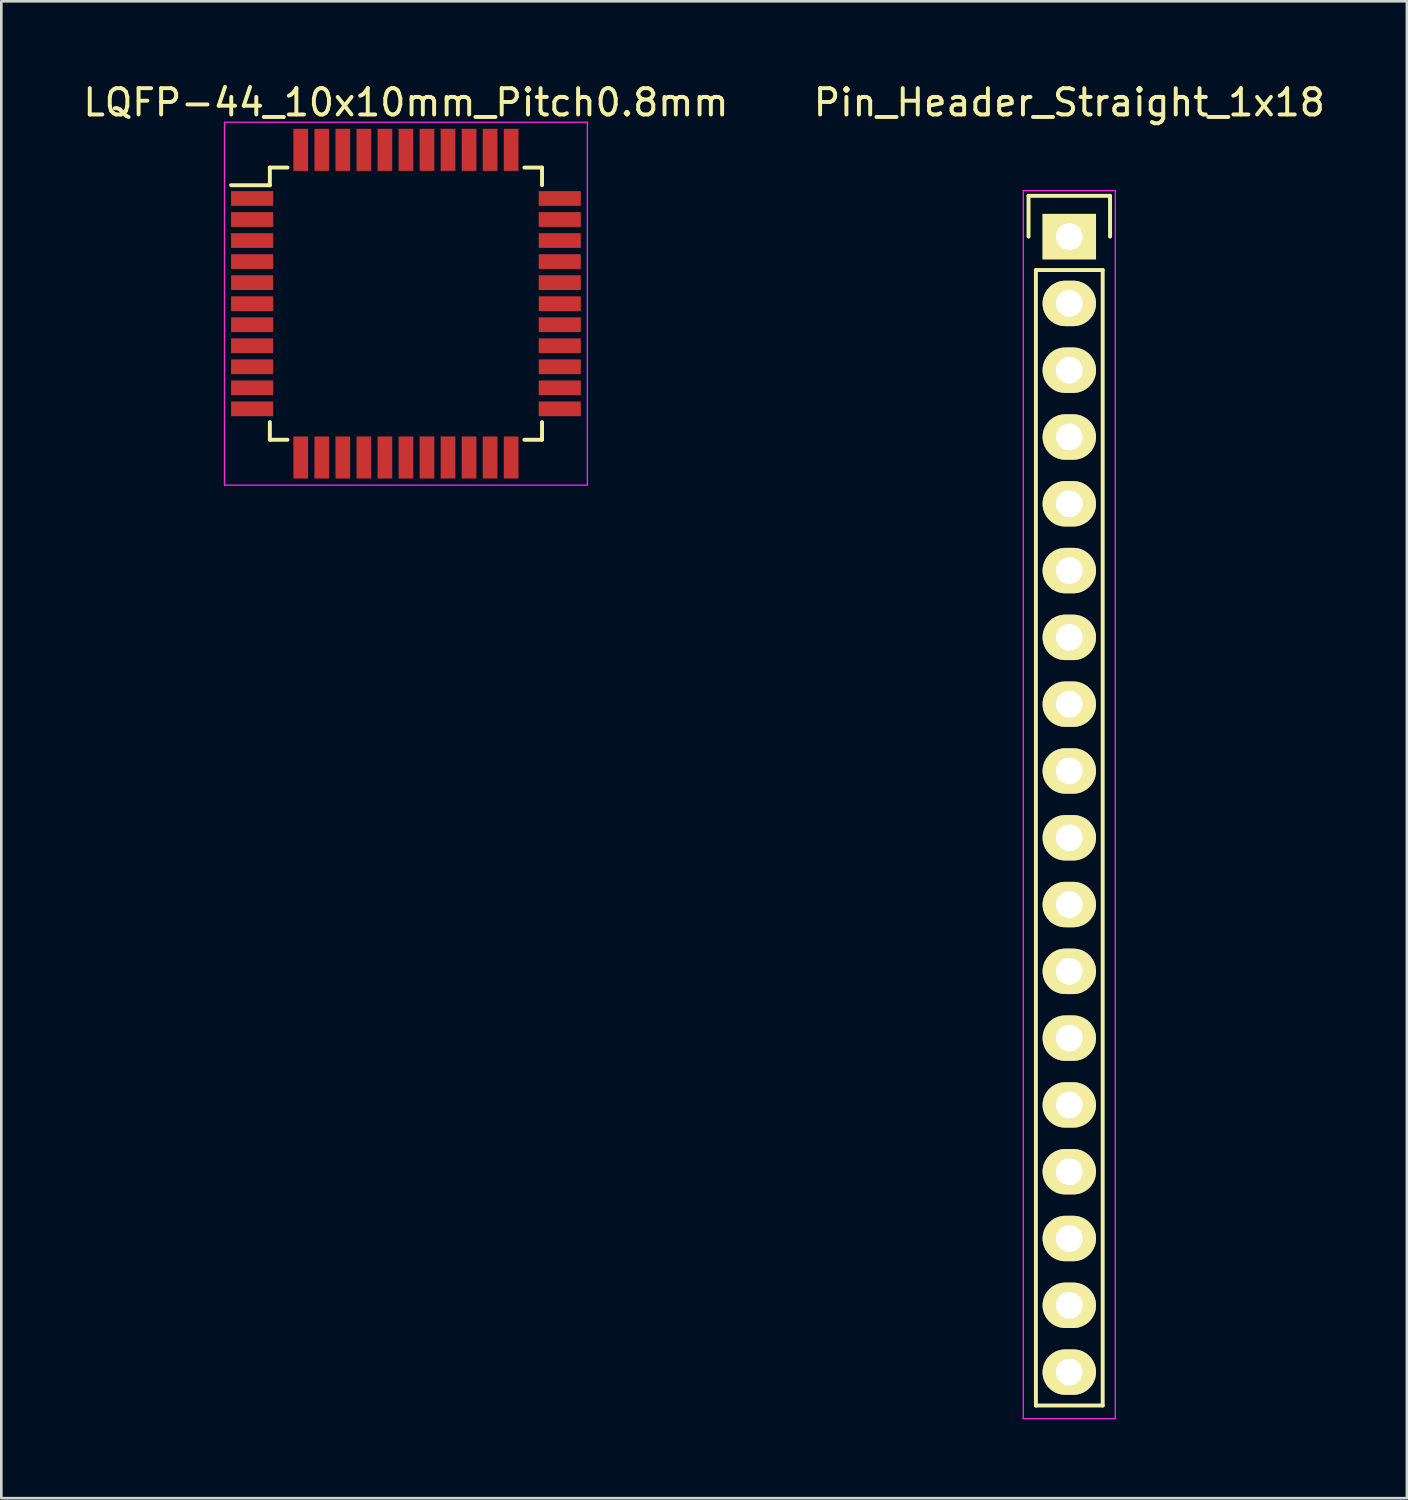
<source format=kicad_pcb>
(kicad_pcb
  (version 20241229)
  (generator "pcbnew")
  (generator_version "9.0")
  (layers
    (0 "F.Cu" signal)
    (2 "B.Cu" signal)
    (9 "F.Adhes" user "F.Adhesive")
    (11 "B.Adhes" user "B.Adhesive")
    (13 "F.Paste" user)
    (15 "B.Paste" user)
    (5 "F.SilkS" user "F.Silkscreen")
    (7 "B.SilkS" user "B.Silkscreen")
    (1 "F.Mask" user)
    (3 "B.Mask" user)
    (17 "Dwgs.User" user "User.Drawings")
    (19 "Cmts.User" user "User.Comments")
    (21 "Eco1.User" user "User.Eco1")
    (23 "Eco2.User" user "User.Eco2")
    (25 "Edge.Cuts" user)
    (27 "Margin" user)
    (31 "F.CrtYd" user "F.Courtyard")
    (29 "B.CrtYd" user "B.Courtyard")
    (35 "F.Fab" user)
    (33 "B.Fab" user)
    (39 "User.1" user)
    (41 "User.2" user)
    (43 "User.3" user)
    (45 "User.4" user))
  (footprint "LQFP-44_10x10mm_Pitch0.8mm"
    (layer "F.Cu")
    (at 12.387 8.498)
    (property "Reference" "LQFP-44_10x10mm_Pitch0.8mm" (at 0 -7.65 0) (layer "F.SilkS") (effects (font (size 1 1) (thickness 0.15))))
    (attr smd)
    (fp_line (start -5.175 -5.175) (end -5.175 -4.505) (stroke (width 0.15) (type solid)) (layer "F.SilkS"))
    (fp_line (start -5.175 -5.175) (end -4.505 -5.175) (stroke (width 0.15) (type solid)) (layer "F.SilkS"))
    (fp_line (start -5.175 -4.505) (end -6.65 -4.505) (stroke (width 0.15) (type solid)) (layer "F.SilkS"))
    (fp_line (start -5.175 5.175) (end -5.175 4.505) (stroke (width 0.15) (type solid)) (layer "F.SilkS"))
    (fp_line (start -5.175 5.175) (end -4.505 5.175) (stroke (width 0.15) (type solid)) (layer "F.SilkS"))
    (fp_line (start 5.175 -5.175) (end 4.505 -5.175) (stroke (width 0.15) (type solid)) (layer "F.SilkS"))
    (fp_line (start 5.175 -5.175) (end 5.175 -4.505) (stroke (width 0.15) (type solid)) (layer "F.SilkS"))
    (fp_line (start 5.175 5.175) (end 4.505 5.175) (stroke (width 0.15) (type solid)) (layer "F.SilkS"))
    (fp_line (start 5.175 5.175) (end 5.175 4.505) (stroke (width 0.15) (type solid)) (layer "F.SilkS"))
    (fp_line (start -6.9 -6.9) (end -6.9 6.9) (stroke (width 0.05) (type solid)) (layer "F.CrtYd"))
    (fp_line (start -6.9 -6.9) (end 6.9 -6.9) (stroke (width 0.05) (type solid)) (layer "F.CrtYd"))
    (fp_line (start -6.9 6.9) (end 6.9 6.9) (stroke (width 0.05) (type solid)) (layer "F.CrtYd"))
    (fp_line (start 6.9 -6.9) (end 6.9 6.9) (stroke (width 0.05) (type solid)) (layer "F.CrtYd"))
    (pad "1" smd rect (at -5.85 -4) (size 1.6 0.56) (layers "F.Cu" "F.Mask" "F.Paste"))
    (pad "2" smd rect (at -5.85 -3.2) (size 1.6 0.56) (layers "F.Cu" "F.Mask" "F.Paste"))
    (pad "3" smd rect (at -5.85 -2.4) (size 1.6 0.56) (layers "F.Cu" "F.Mask" "F.Paste"))
    (pad "4" smd rect (at -5.85 -1.6) (size 1.6 0.56) (layers "F.Cu" "F.Mask" "F.Paste"))
    (pad "5" smd rect (at -5.85 -0.8) (size 1.6 0.56) (layers "F.Cu" "F.Mask" "F.Paste"))
    (pad "6" smd rect (at -5.85 0) (size 1.6 0.56) (layers "F.Cu" "F.Mask" "F.Paste"))
    (pad "7" smd rect (at -5.85 0.8) (size 1.6 0.56) (layers "F.Cu" "F.Mask" "F.Paste"))
    (pad "8" smd rect (at -5.85 1.6) (size 1.6 0.56) (layers "F.Cu" "F.Mask" "F.Paste"))
    (pad "9" smd rect (at -5.85 2.4) (size 1.6 0.56) (layers "F.Cu" "F.Mask" "F.Paste"))
    (pad "10" smd rect (at -5.85 3.2) (size 1.6 0.56) (layers "F.Cu" "F.Mask" "F.Paste"))
    (pad "11" smd rect (at -5.85 4) (size 1.6 0.56) (layers "F.Cu" "F.Mask" "F.Paste"))
    (pad "12" smd rect (at -4 5.85 90) (size 1.6 0.56) (layers "F.Cu" "F.Mask" "F.Paste"))
    (pad "13" smd rect (at -3.2 5.85 90) (size 1.6 0.56) (layers "F.Cu" "F.Mask" "F.Paste"))
    (pad "14" smd rect (at -2.4 5.85 90) (size 1.6 0.56) (layers "F.Cu" "F.Mask" "F.Paste"))
    (pad "15" smd rect (at -1.6 5.85 90) (size 1.6 0.56) (layers "F.Cu" "F.Mask" "F.Paste"))
    (pad "16" smd rect (at -0.8 5.85 90) (size 1.6 0.56) (layers "F.Cu" "F.Mask" "F.Paste"))
    (pad "17" smd rect (at 0 5.85 90) (size 1.6 0.56) (layers "F.Cu" "F.Mask" "F.Paste"))
    (pad "18" smd rect (at 0.8 5.85 90) (size 1.6 0.56) (layers "F.Cu" "F.Mask" "F.Paste"))
    (pad "19" smd rect (at 1.6 5.85 90) (size 1.6 0.56) (layers "F.Cu" "F.Mask" "F.Paste"))
    (pad "20" smd rect (at 2.4 5.85 90) (size 1.6 0.56) (layers "F.Cu" "F.Mask" "F.Paste"))
    (pad "21" smd rect (at 3.2 5.85 90) (size 1.6 0.56) (layers "F.Cu" "F.Mask" "F.Paste"))
    (pad "22" smd rect (at 4 5.85 90) (size 1.6 0.56) (layers "F.Cu" "F.Mask" "F.Paste"))
    (pad "23" smd rect (at 5.85 4) (size 1.6 0.56) (layers "F.Cu" "F.Mask" "F.Paste"))
    (pad "24" smd rect (at 5.85 3.2) (size 1.6 0.56) (layers "F.Cu" "F.Mask" "F.Paste"))
    (pad "25" smd rect (at 5.85 2.4) (size 1.6 0.56) (layers "F.Cu" "F.Mask" "F.Paste"))
    (pad "26" smd rect (at 5.85 1.6) (size 1.6 0.56) (layers "F.Cu" "F.Mask" "F.Paste"))
    (pad "27" smd rect (at 5.85 0.8) (size 1.6 0.56) (layers "F.Cu" "F.Mask" "F.Paste"))
    (pad "28" smd rect (at 5.85 0) (size 1.6 0.56) (layers "F.Cu" "F.Mask" "F.Paste"))
    (pad "29" smd rect (at 5.85 -0.8) (size 1.6 0.56) (layers "F.Cu" "F.Mask" "F.Paste"))
    (pad "30" smd rect (at 5.85 -1.6) (size 1.6 0.56) (layers "F.Cu" "F.Mask" "F.Paste"))
    (pad "31" smd rect (at 5.85 -2.4) (size 1.6 0.56) (layers "F.Cu" "F.Mask" "F.Paste"))
    (pad "32" smd rect (at 5.85 -3.2) (size 1.6 0.56) (layers "F.Cu" "F.Mask" "F.Paste"))
    (pad "33" smd rect (at 5.85 -4) (size 1.6 0.56) (layers "F.Cu" "F.Mask" "F.Paste"))
    (pad "34" smd rect (at 4 -5.85 90) (size 1.6 0.56) (layers "F.Cu" "F.Mask" "F.Paste"))
    (pad "35" smd rect (at 3.2 -5.85 90) (size 1.6 0.56) (layers "F.Cu" "F.Mask" "F.Paste"))
    (pad "36" smd rect (at 2.4 -5.85 90) (size 1.6 0.56) (layers "F.Cu" "F.Mask" "F.Paste"))
    (pad "37" smd rect (at 1.6 -5.85 90) (size 1.6 0.56) (layers "F.Cu" "F.Mask" "F.Paste"))
    (pad "38" smd rect (at 0.8 -5.85 90) (size 1.6 0.56) (layers "F.Cu" "F.Mask" "F.Paste"))
    (pad "39" smd rect (at 0 -5.85 90) (size 1.6 0.56) (layers "F.Cu" "F.Mask" "F.Paste"))
    (pad "40" smd rect (at -0.8 -5.85 90) (size 1.6 0.56) (layers "F.Cu" "F.Mask" "F.Paste"))
    (pad "41" smd rect (at -1.6 -5.85 90) (size 1.6 0.56) (layers "F.Cu" "F.Mask" "F.Paste"))
    (pad "42" smd rect (at -2.4 -5.85 90) (size 1.6 0.56) (layers "F.Cu" "F.Mask" "F.Paste"))
    (pad "43" smd rect (at -3.2 -5.85 90) (size 1.6 0.56) (layers "F.Cu" "F.Mask" "F.Paste"))
    (pad "44" smd rect (at -4 -5.85 90) (size 1.6 0.56) (layers "F.Cu" "F.Mask" "F.Paste")))
  (footprint "Pin_Header_Straight_1x18"
    (layer "F.Cu")
    (at 37.613 5.948)
    (property "Reference" "Pin_Header_Straight_1x18" (at 0 -5.1 0) (layer "F.SilkS") (effects (font (size 1 1) (thickness 0.15))))
    (attr through_hole)
    (fp_line (start -1.55 -1.55) (end 1.55 -1.55) (stroke (width 0.15) (type solid)) (layer "F.SilkS"))
    (fp_line (start -1.55 0) (end -1.55 -1.55) (stroke (width 0.15) (type solid)) (layer "F.SilkS"))
    (fp_line (start -1.27 44.45) (end -1.27 1.27) (stroke (width 0.15) (type solid)) (layer "F.SilkS"))
    (fp_line (start 1.27 1.27) (end -1.27 1.27) (stroke (width 0.15) (type solid)) (layer "F.SilkS"))
    (fp_line (start 1.27 1.27) (end 1.27 44.45) (stroke (width 0.15) (type solid)) (layer "F.SilkS"))
    (fp_line (start 1.27 44.45) (end -1.27 44.45) (stroke (width 0.15) (type solid)) (layer "F.SilkS"))
    (fp_line (start 1.55 -1.55) (end 1.55 0) (stroke (width 0.15) (type solid)) (layer "F.SilkS"))
    (fp_line (start -1.75 -1.75) (end -1.75 44.95) (stroke (width 0.05) (type solid)) (layer "F.CrtYd"))
    (fp_line (start -1.75 -1.75) (end 1.75 -1.75) (stroke (width 0.05) (type solid)) (layer "F.CrtYd"))
    (fp_line (start -1.75 44.95) (end 1.75 44.95) (stroke (width 0.05) (type solid)) (layer "F.CrtYd"))
    (fp_line (start 1.75 -1.75) (end 1.75 44.95) (stroke (width 0.05) (type solid)) (layer "F.CrtYd"))
    (pad "1" thru_hole rect (at 0 0) (size 2.032 1.727) (drill 1.016) (layers "*.Cu" "*.Mask" "F.SilkS"))
    (pad "2" thru_hole oval (at 0 2.54) (size 2.032 1.727) (drill 1.016) (layers "*.Cu" "*.Mask" "F.SilkS"))
    (pad "3" thru_hole oval (at 0 5.08) (size 2.032 1.727) (drill 1.016) (layers "*.Cu" "*.Mask" "F.SilkS"))
    (pad "4" thru_hole oval (at 0 7.62) (size 2.032 1.727) (drill 1.016) (layers "*.Cu" "*.Mask" "F.SilkS"))
    (pad "5" thru_hole oval (at 0 10.16) (size 2.032 1.727) (drill 1.016) (layers "*.Cu" "*.Mask" "F.SilkS"))
    (pad "6" thru_hole oval (at 0 12.7) (size 2.032 1.727) (drill 1.016) (layers "*.Cu" "*.Mask" "F.SilkS"))
    (pad "7" thru_hole oval (at 0 15.24) (size 2.032 1.727) (drill 1.016) (layers "*.Cu" "*.Mask" "F.SilkS"))
    (pad "8" thru_hole oval (at 0 17.78) (size 2.032 1.727) (drill 1.016) (layers "*.Cu" "*.Mask" "F.SilkS"))
    (pad "9" thru_hole oval (at 0 20.32) (size 2.032 1.727) (drill 1.016) (layers "*.Cu" "*.Mask" "F.SilkS"))
    (pad "10" thru_hole oval (at 0 22.86) (size 2.032 1.727) (drill 1.016) (layers "*.Cu" "*.Mask" "F.SilkS"))
    (pad "11" thru_hole oval (at 0 25.4) (size 2.032 1.727) (drill 1.016) (layers "*.Cu" "*.Mask" "F.SilkS"))
    (pad "12" thru_hole oval (at 0 27.94) (size 2.032 1.727) (drill 1.016) (layers "*.Cu" "*.Mask" "F.SilkS"))
    (pad "13" thru_hole oval (at 0 30.48) (size 2.032 1.727) (drill 1.016) (layers "*.Cu" "*.Mask" "F.SilkS"))
    (pad "14" thru_hole oval (at 0 33.02) (size 2.032 1.727) (drill 1.016) (layers "*.Cu" "*.Mask" "F.SilkS"))
    (pad "15" thru_hole oval (at 0 35.56) (size 2.032 1.727) (drill 1.016) (layers "*.Cu" "*.Mask" "F.SilkS"))
    (pad "16" thru_hole oval (at 0 38.1) (size 2.032 1.727) (drill 1.016) (layers "*.Cu" "*.Mask" "F.SilkS"))
    (pad "17" thru_hole oval (at 0 40.64) (size 2.032 1.727) (drill 1.016) (layers "*.Cu" "*.Mask" "F.SilkS"))
    (pad "18" thru_hole oval (at 0 43.18) (size 2.032 1.727) (drill 1.016) (layers "*.Cu" "*.Mask" "F.SilkS")))
  (gr_rect
    (start -3 -3)
    (end 50.452 53.923)
    (stroke (width 0.1) (type default))
    (fill no)
    (layer "Edge.Cuts")))
</source>
